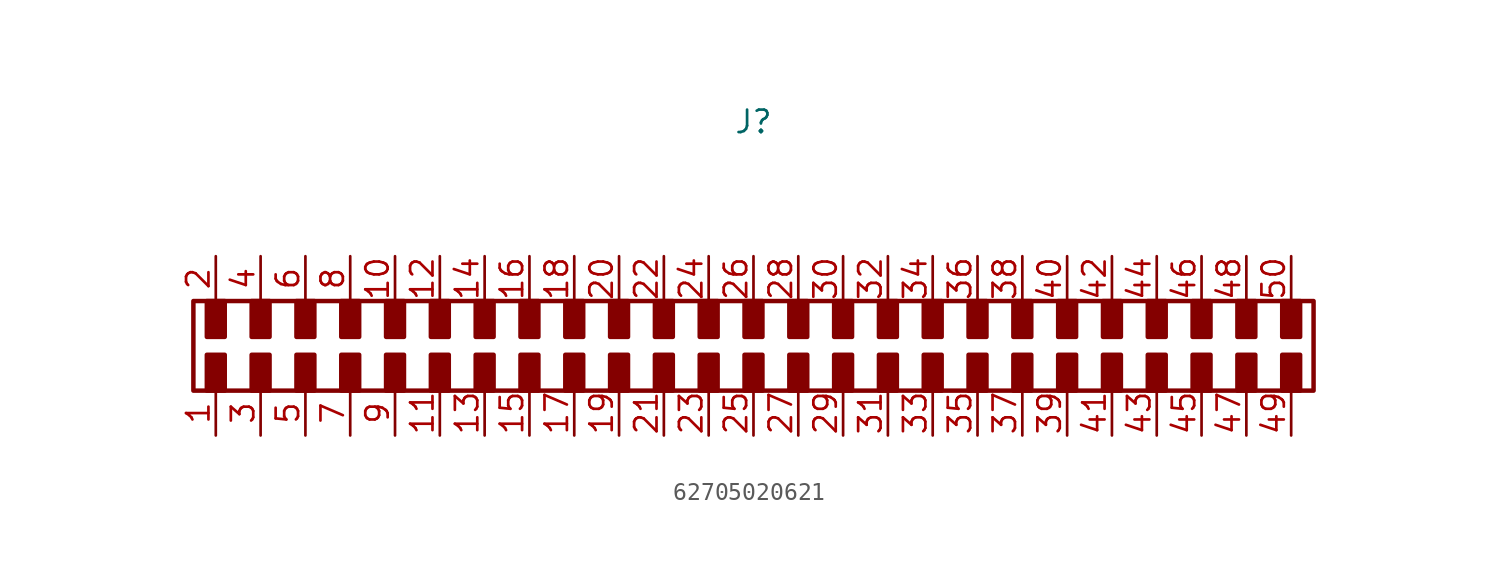
<source format=kicad_sym>
(kicad_symbol_lib
  (version 20241209)
  (generator "kicad_symbol_editor")
  (generator_version "9.0")
  (symbol "62705020621"
    (pin_names
      (hide yes))
    (property "Reference" "J"
      (at 0 12.7 0)
      (effects (font (size 1.27 1.27))))
    (symbol "62705020621_1_1"
      (rectangle (start -31.75 2.54) (end 31.75 -2.54) (stroke (width 0.254) (type solid)) (fill (type none)))
      (rectangle (start -30.988 2.54) (end -29.972 0.508) (stroke (width 0.254) (type solid)) (fill (type outline)))
      (rectangle (start -30.988 -0.508) (end -29.972 -2.54) (stroke (width 0.254) (type solid)) (fill (type outline)))
      (rectangle (start -28.448 2.54) (end -27.432 0.508) (stroke (width 0.254) (type solid)) (fill (type outline)))
      (rectangle (start -28.448 -0.508) (end -27.432 -2.54) (stroke (width 0.254) (type solid)) (fill (type outline)))
      (rectangle (start -25.908 2.54) (end -24.892 0.508) (stroke (width 0.254) (type solid)) (fill (type outline)))
      (rectangle (start -25.908 -0.508) (end -24.892 -2.54) (stroke (width 0.254) (type solid)) (fill (type outline)))
      (rectangle (start -23.368 2.54) (end -22.352 0.508) (stroke (width 0.254) (type solid)) (fill (type outline)))
      (rectangle (start -23.368 -0.508) (end -22.352 -2.54) (stroke (width 0.254) (type solid)) (fill (type outline)))
      (rectangle (start -20.828 2.54) (end -19.812 0.508) (stroke (width 0.254) (type solid)) (fill (type outline)))
      (rectangle (start -20.828 -0.508) (end -19.812 -2.54) (stroke (width 0.254) (type solid)) (fill (type outline)))
      (rectangle (start -18.288 2.54) (end -17.272 0.508) (stroke (width 0.254) (type solid)) (fill (type outline)))
      (rectangle (start -18.288 -0.508) (end -17.272 -2.54) (stroke (width 0.254) (type solid)) (fill (type outline)))
      (rectangle (start -15.748 2.54) (end -14.732 0.508) (stroke (width 0.254) (type solid)) (fill (type outline)))
      (rectangle (start -15.748 -0.508) (end -14.732 -2.54) (stroke (width 0.254) (type solid)) (fill (type outline)))
      (rectangle (start -13.208 2.54) (end -12.192 0.508) (stroke (width 0.254) (type solid)) (fill (type outline)))
      (rectangle (start -13.208 -0.508) (end -12.192 -2.54) (stroke (width 0.254) (type solid)) (fill (type outline)))
      (rectangle (start -10.668 2.54) (end -9.652 0.508) (stroke (width 0.254) (type solid)) (fill (type outline)))
      (rectangle (start -10.668 -0.508) (end -9.652 -2.54) (stroke (width 0.254) (type solid)) (fill (type outline)))
      (rectangle (start -8.128 2.54) (end -7.112 0.508) (stroke (width 0.254) (type solid)) (fill (type outline)))
      (rectangle (start -8.128 -0.508) (end -7.112 -2.54) (stroke (width 0.254) (type solid)) (fill (type outline)))
      (rectangle (start -5.588 2.54) (end -4.572 0.508) (stroke (width 0.254) (type solid)) (fill (type outline)))
      (rectangle (start -5.588 -0.508) (end -4.572 -2.54) (stroke (width 0.254) (type solid)) (fill (type outline)))
      (rectangle (start -3.048 2.54) (end -2.032 0.508) (stroke (width 0.254) (type solid)) (fill (type outline)))
      (rectangle (start -3.048 -0.508) (end -2.032 -2.54) (stroke (width 0.254) (type solid)) (fill (type outline)))
      (rectangle (start -0.508 2.54) (end 0.508 0.508) (stroke (width 0.254) (type solid)) (fill (type outline)))
      (rectangle (start -0.508 -0.508) (end 0.508 -2.54) (stroke (width 0.254) (type solid)) (fill (type outline)))
      (rectangle (start 2.032 2.54) (end 3.048 0.508) (stroke (width 0.254) (type solid)) (fill (type outline)))
      (rectangle (start 2.032 -0.508) (end 3.048 -2.54) (stroke (width 0.254) (type solid)) (fill (type outline)))
      (rectangle (start 4.572 2.54) (end 5.588 0.508) (stroke (width 0.254) (type solid)) (fill (type outline)))
      (rectangle (start 4.572 -0.508) (end 5.588 -2.54) (stroke (width 0.254) (type solid)) (fill (type outline)))
      (rectangle (start 7.112 2.54) (end 8.128 0.508) (stroke (width 0.254) (type solid)) (fill (type outline)))
      (rectangle (start 7.112 -0.508) (end 8.128 -2.54) (stroke (width 0.254) (type solid)) (fill (type outline)))
      (rectangle (start 9.652 2.54) (end 10.668 0.508) (stroke (width 0.254) (type solid)) (fill (type outline)))
      (rectangle (start 9.652 -0.508) (end 10.668 -2.54) (stroke (width 0.254) (type solid)) (fill (type outline)))
      (rectangle (start 12.192 2.54) (end 13.208 0.508) (stroke (width 0.254) (type solid)) (fill (type outline)))
      (rectangle (start 12.192 -0.508) (end 13.208 -2.54) (stroke (width 0.254) (type solid)) (fill (type outline)))
      (rectangle (start 14.732 2.54) (end 15.748 0.508) (stroke (width 0.254) (type solid)) (fill (type outline)))
      (rectangle (start 14.732 -0.508) (end 15.748 -2.54) (stroke (width 0.254) (type solid)) (fill (type outline)))
      (rectangle (start 17.272 2.54) (end 18.288 0.508) (stroke (width 0.254) (type solid)) (fill (type outline)))
      (rectangle (start 17.272 -0.508) (end 18.288 -2.54) (stroke (width 0.254) (type solid)) (fill (type outline)))
      (rectangle (start 19.812 2.54) (end 20.828 0.508) (stroke (width 0.254) (type solid)) (fill (type outline)))
      (rectangle (start 19.812 -0.508) (end 20.828 -2.54) (stroke (width 0.254) (type solid)) (fill (type outline)))
      (rectangle (start 22.352 2.54) (end 23.368 0.508) (stroke (width 0.254) (type solid)) (fill (type outline)))
      (rectangle (start 22.352 -0.508) (end 23.368 -2.54) (stroke (width 0.254) (type solid)) (fill (type outline)))
      (rectangle (start 24.892 2.54) (end 25.908 0.508) (stroke (width 0.254) (type solid)) (fill (type outline)))
      (rectangle (start 24.892 -0.508) (end 25.908 -2.54) (stroke (width 0.254) (type solid)) (fill (type outline)))
      (rectangle (start 27.432 2.54) (end 28.448 0.508) (stroke (width 0.254) (type solid)) (fill (type outline)))
      (rectangle (start 27.432 -0.508) (end 28.448 -2.54) (stroke (width 0.254) (type solid)) (fill (type outline)))
      (rectangle (start 29.972 2.54) (end 30.988 0.508) (stroke (width 0.254) (type solid)) (fill (type outline)))
      (rectangle (start 29.972 -0.508) (end 30.988 -2.54) (stroke (width 0.254) (type solid)) (fill (type outline)))
      (pin passive line (at -30.48 5.08 270) (length 2.54) (name "2" (effects (font (size 1.27 1.27)))) (number "2" (effects (font (size 1.27 1.27)))))
      (pin passive line (at -30.48 -5.08 90) (length 2.54) (name "1" (effects (font (size 1.27 1.27)))) (number "1" (effects (font (size 1.27 1.27)))))
      (pin passive line (at -27.94 5.08 270) (length 2.54) (name "4" (effects (font (size 1.27 1.27)))) (number "4" (effects (font (size 1.27 1.27)))))
      (pin passive line (at -27.94 -5.08 90) (length 2.54) (name "3" (effects (font (size 1.27 1.27)))) (number "3" (effects (font (size 1.27 1.27)))))
      (pin passive line (at -25.4 5.08 270) (length 2.54) (name "6" (effects (font (size 1.27 1.27)))) (number "6" (effects (font (size 1.27 1.27)))))
      (pin passive line (at -25.4 -5.08 90) (length 2.54) (name "5" (effects (font (size 1.27 1.27)))) (number "5" (effects (font (size 1.27 1.27)))))
      (pin passive line (at -22.86 5.08 270) (length 2.54) (name "8" (effects (font (size 1.27 1.27)))) (number "8" (effects (font (size 1.27 1.27)))))
      (pin passive line (at -22.86 -5.08 90) (length 2.54) (name "7" (effects (font (size 1.27 1.27)))) (number "7" (effects (font (size 1.27 1.27)))))
      (pin passive line (at -20.32 5.08 270) (length 2.54) (name "10" (effects (font (size 1.27 1.27)))) (number "10" (effects (font (size 1.27 1.27)))))
      (pin passive line (at -20.32 -5.08 90) (length 2.54) (name "9" (effects (font (size 1.27 1.27)))) (number "9" (effects (font (size 1.27 1.27)))))
      (pin passive line (at -17.78 5.08 270) (length 2.54) (name "12" (effects (font (size 1.27 1.27)))) (number "12" (effects (font (size 1.27 1.27)))))
      (pin passive line (at -17.78 -5.08 90) (length 2.54) (name "11" (effects (font (size 1.27 1.27)))) (number "11" (effects (font (size 1.27 1.27)))))
      (pin passive line (at -15.24 5.08 270) (length 2.54) (name "14" (effects (font (size 1.27 1.27)))) (number "14" (effects (font (size 1.27 1.27)))))
      (pin passive line (at -15.24 -5.08 90) (length 2.54) (name "13" (effects (font (size 1.27 1.27)))) (number "13" (effects (font (size 1.27 1.27)))))
      (pin passive line (at -12.7 5.08 270) (length 2.54) (name "16" (effects (font (size 1.27 1.27)))) (number "16" (effects (font (size 1.27 1.27)))))
      (pin passive line (at -12.7 -5.08 90) (length 2.54) (name "15" (effects (font (size 1.27 1.27)))) (number "15" (effects (font (size 1.27 1.27)))))
      (pin passive line (at -10.16 5.08 270) (length 2.54) (name "18" (effects (font (size 1.27 1.27)))) (number "18" (effects (font (size 1.27 1.27)))))
      (pin passive line (at -10.16 -5.08 90) (length 2.54) (name "17" (effects (font (size 1.27 1.27)))) (number "17" (effects (font (size 1.27 1.27)))))
      (pin passive line (at -7.62 5.08 270) (length 2.54) (name "20" (effects (font (size 1.27 1.27)))) (number "20" (effects (font (size 1.27 1.27)))))
      (pin passive line (at -7.62 -5.08 90) (length 2.54) (name "19" (effects (font (size 1.27 1.27)))) (number "19" (effects (font (size 1.27 1.27)))))
      (pin passive line (at -5.08 5.08 270) (length 2.54) (name "22" (effects (font (size 1.27 1.27)))) (number "22" (effects (font (size 1.27 1.27)))))
      (pin passive line (at -5.08 -5.08 90) (length 2.54) (name "21" (effects (font (size 1.27 1.27)))) (number "21" (effects (font (size 1.27 1.27)))))
      (pin passive line (at -2.54 5.08 270) (length 2.54) (name "24" (effects (font (size 1.27 1.27)))) (number "24" (effects (font (size 1.27 1.27)))))
      (pin passive line (at -2.54 -5.08 90) (length 2.54) (name "23" (effects (font (size 1.27 1.27)))) (number "23" (effects (font (size 1.27 1.27)))))
      (pin passive line (at 0 5.08 270) (length 2.54) (name "26" (effects (font (size 1.27 1.27)))) (number "26" (effects (font (size 1.27 1.27)))))
      (pin passive line (at 0 -5.08 90) (length 2.54) (name "25" (effects (font (size 1.27 1.27)))) (number "25" (effects (font (size 1.27 1.27)))))
      (pin passive line (at 2.54 5.08 270) (length 2.54) (name "28" (effects (font (size 1.27 1.27)))) (number "28" (effects (font (size 1.27 1.27)))))
      (pin passive line (at 2.54 -5.08 90) (length 2.54) (name "27" (effects (font (size 1.27 1.27)))) (number "27" (effects (font (size 1.27 1.27)))))
      (pin passive line (at 5.08 5.08 270) (length 2.54) (name "30" (effects (font (size 1.27 1.27)))) (number "30" (effects (font (size 1.27 1.27)))))
      (pin passive line (at 5.08 -5.08 90) (length 2.54) (name "29" (effects (font (size 1.27 1.27)))) (number "29" (effects (font (size 1.27 1.27)))))
      (pin passive line (at 7.62 5.08 270) (length 2.54) (name "32" (effects (font (size 1.27 1.27)))) (number "32" (effects (font (size 1.27 1.27)))))
      (pin passive line (at 7.62 -5.08 90) (length 2.54) (name "31" (effects (font (size 1.27 1.27)))) (number "31" (effects (font (size 1.27 1.27)))))
      (pin passive line (at 10.16 5.08 270) (length 2.54) (name "34" (effects (font (size 1.27 1.27)))) (number "34" (effects (font (size 1.27 1.27)))))
      (pin passive line (at 10.16 -5.08 90) (length 2.54) (name "33" (effects (font (size 1.27 1.27)))) (number "33" (effects (font (size 1.27 1.27)))))
      (pin passive line (at 12.7 5.08 270) (length 2.54) (name "36" (effects (font (size 1.27 1.27)))) (number "36" (effects (font (size 1.27 1.27)))))
      (pin passive line (at 12.7 -5.08 90) (length 2.54) (name "35" (effects (font (size 1.27 1.27)))) (number "35" (effects (font (size 1.27 1.27)))))
      (pin passive line (at 15.24 5.08 270) (length 2.54) (name "38" (effects (font (size 1.27 1.27)))) (number "38" (effects (font (size 1.27 1.27)))))
      (pin passive line (at 15.24 -5.08 90) (length 2.54) (name "37" (effects (font (size 1.27 1.27)))) (number "37" (effects (font (size 1.27 1.27)))))
      (pin passive line (at 17.78 5.08 270) (length 2.54) (name "40" (effects (font (size 1.27 1.27)))) (number "40" (effects (font (size 1.27 1.27)))))
      (pin passive line (at 17.78 -5.08 90) (length 2.54) (name "39" (effects (font (size 1.27 1.27)))) (number "39" (effects (font (size 1.27 1.27)))))
      (pin passive line (at 20.32 5.08 270) (length 2.54) (name "42" (effects (font (size 1.27 1.27)))) (number "42" (effects (font (size 1.27 1.27)))))
      (pin passive line (at 20.32 -5.08 90) (length 2.54) (name "41" (effects (font (size 1.27 1.27)))) (number "41" (effects (font (size 1.27 1.27)))))
      (pin passive line (at 22.86 5.08 270) (length 2.54) (name "44" (effects (font (size 1.27 1.27)))) (number "44" (effects (font (size 1.27 1.27)))))
      (pin passive line (at 22.86 -5.08 90) (length 2.54) (name "43" (effects (font (size 1.27 1.27)))) (number "43" (effects (font (size 1.27 1.27)))))
      (pin passive line (at 25.4 5.08 270) (length 2.54) (name "46" (effects (font (size 1.27 1.27)))) (number "46" (effects (font (size 1.27 1.27)))))
      (pin passive line (at 25.4 -5.08 90) (length 2.54) (name "45" (effects (font (size 1.27 1.27)))) (number "45" (effects (font (size 1.27 1.27)))))
      (pin passive line (at 27.94 5.08 270) (length 2.54) (name "48" (effects (font (size 1.27 1.27)))) (number "48" (effects (font (size 1.27 1.27)))))
      (pin passive line (at 27.94 -5.08 90) (length 2.54) (name "47" (effects (font (size 1.27 1.27)))) (number "47" (effects (font (size 1.27 1.27)))))
      (pin passive line (at 30.48 5.08 270) (length 2.54) (name "50" (effects (font (size 1.27 1.27)))) (number "50" (effects (font (size 1.27 1.27)))))
      (pin passive line (at 30.48 -5.08 90) (length 2.54) (name "49" (effects (font (size 1.27 1.27)))) (number "49" (effects (font (size 1.27 1.27))))))))
</source>
